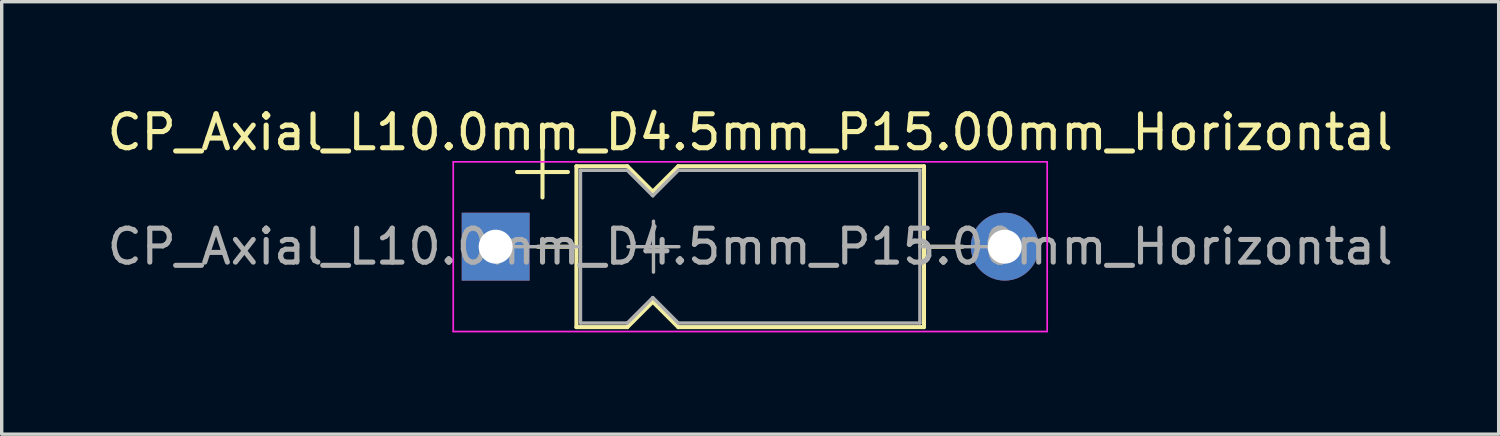
<source format=kicad_pcb>
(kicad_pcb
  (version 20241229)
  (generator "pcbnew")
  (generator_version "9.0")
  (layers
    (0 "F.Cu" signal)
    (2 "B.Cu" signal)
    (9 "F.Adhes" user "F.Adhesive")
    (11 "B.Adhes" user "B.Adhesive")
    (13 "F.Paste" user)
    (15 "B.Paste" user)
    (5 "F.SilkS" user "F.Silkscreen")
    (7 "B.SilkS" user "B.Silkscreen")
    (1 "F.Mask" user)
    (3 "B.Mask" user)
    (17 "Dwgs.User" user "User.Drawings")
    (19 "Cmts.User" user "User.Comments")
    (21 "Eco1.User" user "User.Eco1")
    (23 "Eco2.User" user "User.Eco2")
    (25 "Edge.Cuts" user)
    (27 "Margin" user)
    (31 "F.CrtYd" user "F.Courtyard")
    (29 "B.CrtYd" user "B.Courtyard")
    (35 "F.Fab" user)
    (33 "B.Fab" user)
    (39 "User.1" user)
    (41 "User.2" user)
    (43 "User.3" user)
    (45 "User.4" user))
  (footprint "CP_Axial_L10.0mm_D4.5mm_P15.00mm_Horizontal"
    (layer "F.Cu")
    (at 11.554 4.218)
    (property "Reference" "CP_Axial_L10.0mm_D4.5mm_P15.00mm_Horizontal" (at 7.5 -3.37 0) (layer "F.SilkS") (effects (font (size 1 1) (thickness 0.15))))
    (attr through_hole)
    (fp_line (start 0.63 -2.2) (end 2.13 -2.2) (stroke (width 0.12) (type solid)) (layer "F.SilkS"))
    (fp_line (start 1.24 0) (end 2.38 0) (stroke (width 0.12) (type solid)) (layer "F.SilkS"))
    (fp_line (start 1.38 -2.95) (end 1.38 -1.45) (stroke (width 0.12) (type solid)) (layer "F.SilkS"))
    (fp_line (start 2.38 -2.37) (end 2.38 2.37) (stroke (width 0.12) (type solid)) (layer "F.SilkS"))
    (fp_line (start 2.38 -2.37) (end 3.88 -2.37) (stroke (width 0.12) (type solid)) (layer "F.SilkS"))
    (fp_line (start 2.38 2.37) (end 3.88 2.37) (stroke (width 0.12) (type solid)) (layer "F.SilkS"))
    (fp_line (start 3.88 -2.37) (end 4.63 -1.62) (stroke (width 0.12) (type solid)) (layer "F.SilkS"))
    (fp_line (start 3.88 2.37) (end 4.63 1.62) (stroke (width 0.12) (type solid)) (layer "F.SilkS"))
    (fp_line (start 4.63 -1.62) (end 5.38 -2.37) (stroke (width 0.12) (type solid)) (layer "F.SilkS"))
    (fp_line (start 4.63 1.62) (end 5.38 2.37) (stroke (width 0.12) (type solid)) (layer "F.SilkS"))
    (fp_line (start 5.38 -2.37) (end 12.62 -2.37) (stroke (width 0.12) (type solid)) (layer "F.SilkS"))
    (fp_line (start 5.38 2.37) (end 12.62 2.37) (stroke (width 0.12) (type solid)) (layer "F.SilkS"))
    (fp_line (start 12.62 -2.37) (end 12.62 2.37) (stroke (width 0.12) (type solid)) (layer "F.SilkS"))
    (fp_line (start 13.76 0) (end 12.62 0) (stroke (width 0.12) (type solid)) (layer "F.SilkS"))
    (fp_line (start -1.25 -2.5) (end -1.25 2.5) (stroke (width 0.05) (type solid)) (layer "F.CrtYd"))
    (fp_line (start -1.25 2.5) (end 16.25 2.5) (stroke (width 0.05) (type solid)) (layer "F.CrtYd"))
    (fp_line (start 16.25 -2.5) (end -1.25 -2.5) (stroke (width 0.05) (type solid)) (layer "F.CrtYd"))
    (fp_line (start 16.25 2.5) (end 16.25 -2.5) (stroke (width 0.05) (type solid)) (layer "F.CrtYd"))
    (fp_line (start 0 0) (end 2.5 0) (stroke (width 0.1) (type solid)) (layer "F.Fab"))
    (fp_line (start 2.5 -2.25) (end 2.5 2.25) (stroke (width 0.1) (type solid)) (layer "F.Fab"))
    (fp_line (start 2.5 -2.25) (end 3.88 -2.25) (stroke (width 0.1) (type solid)) (layer "F.Fab"))
    (fp_line (start 2.5 2.25) (end 3.88 2.25) (stroke (width 0.1) (type solid)) (layer "F.Fab"))
    (fp_line (start 3.88 -2.25) (end 4.63 -1.5) (stroke (width 0.1) (type solid)) (layer "F.Fab"))
    (fp_line (start 3.88 2.25) (end 4.63 1.5) (stroke (width 0.1) (type solid)) (layer "F.Fab"))
    (fp_line (start 3.9 0) (end 5.4 0) (stroke (width 0.1) (type solid)) (layer "F.Fab"))
    (fp_line (start 4.63 -1.5) (end 5.38 -2.25) (stroke (width 0.1) (type solid)) (layer "F.Fab"))
    (fp_line (start 4.63 1.5) (end 5.38 2.25) (stroke (width 0.1) (type solid)) (layer "F.Fab"))
    (fp_line (start 4.65 -0.75) (end 4.65 0.75) (stroke (width 0.1) (type solid)) (layer "F.Fab"))
    (fp_line (start 5.38 -2.25) (end 12.5 -2.25) (stroke (width 0.1) (type solid)) (layer "F.Fab"))
    (fp_line (start 5.38 2.25) (end 12.5 2.25) (stroke (width 0.1) (type solid)) (layer "F.Fab"))
    (fp_line (start 12.5 -2.25) (end 12.5 2.25) (stroke (width 0.1) (type solid)) (layer "F.Fab"))
    (fp_line (start 15 0) (end 12.5 0) (stroke (width 0.1) (type solid)) (layer "F.Fab"))
    (fp_text user "${REFERENCE}" (at 7.5 0 0) (layer "F.Fab") (effects (font (size 1 1) (thickness 0.15))))
    (pad "1" thru_hole rect (at 0 0) (size 2 2) (drill 1) (layers "*.Cu" "*.Mask"))
    (pad "2" thru_hole oval (at 15 0) (size 2 2) (drill 1) (layers "*.Cu" "*.Mask")))
  (gr_rect
    (start -3 -3)
    (end 41.107 9.743)
    (stroke (width 0.1) (type default))
    (fill no)
    (layer "Edge.Cuts")))
</source>
